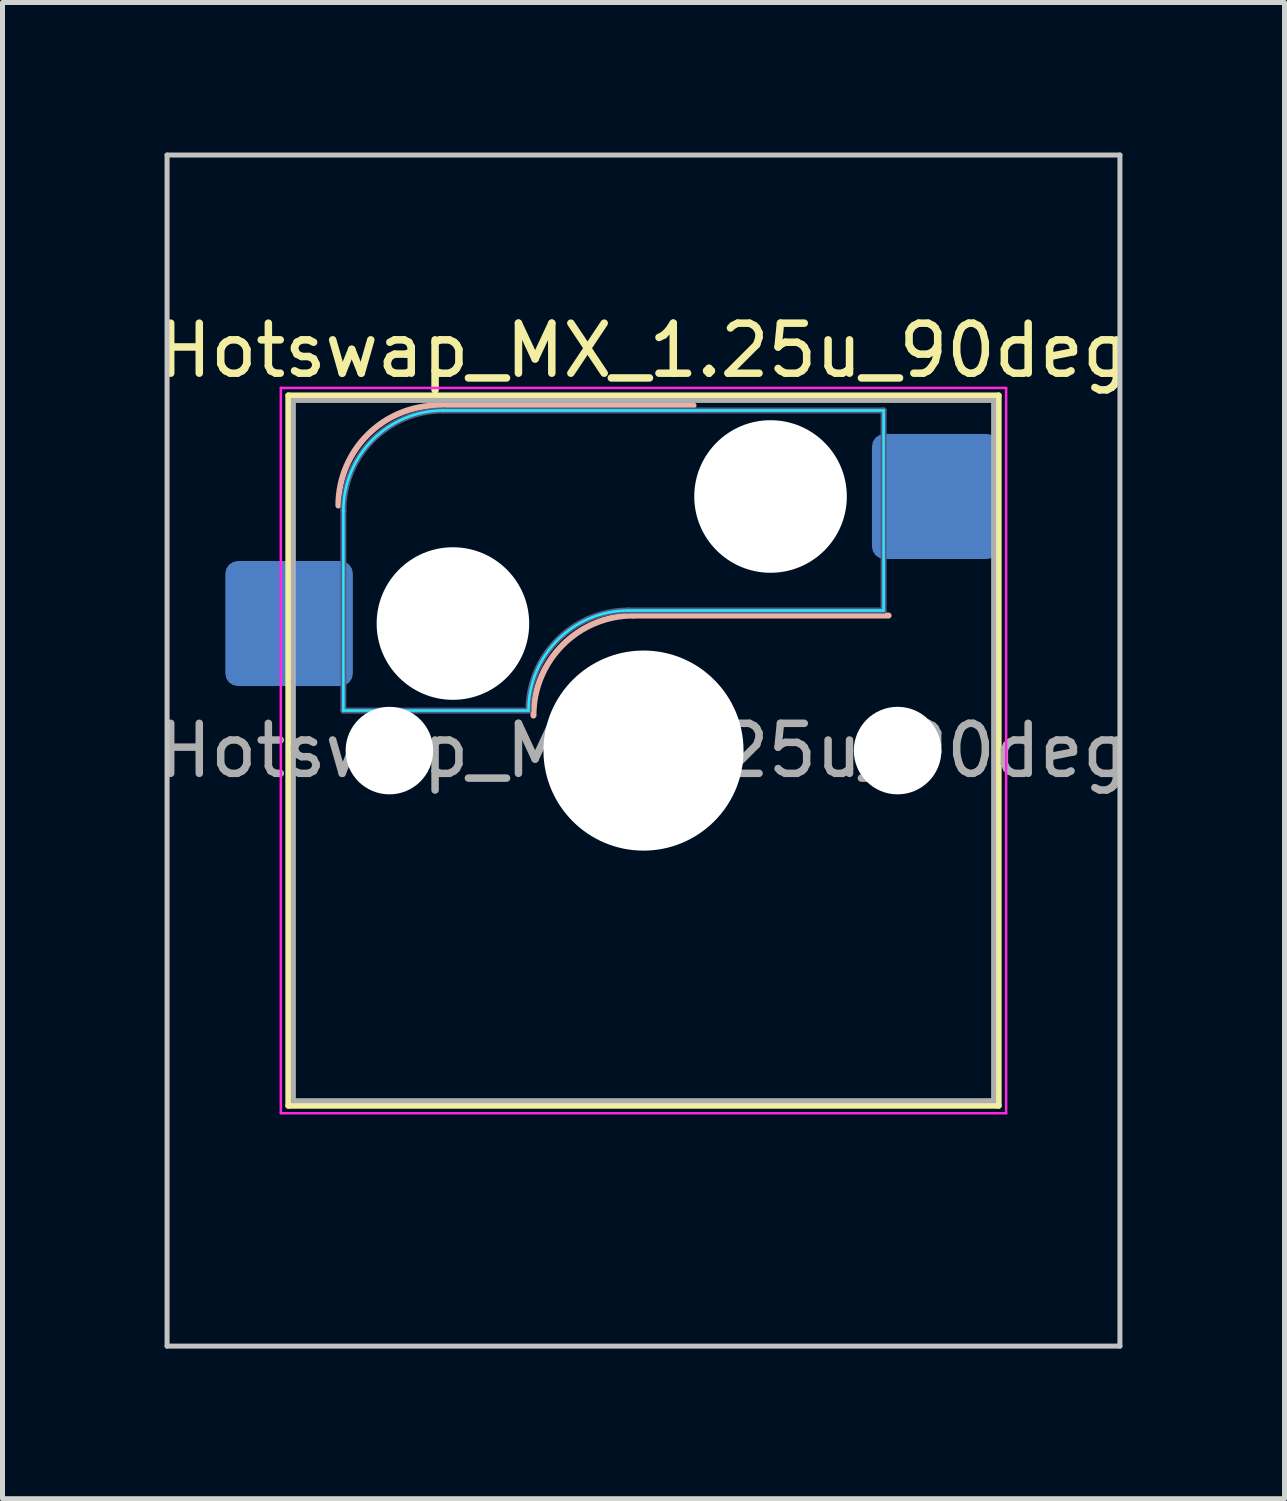
<source format=kicad_pcb>
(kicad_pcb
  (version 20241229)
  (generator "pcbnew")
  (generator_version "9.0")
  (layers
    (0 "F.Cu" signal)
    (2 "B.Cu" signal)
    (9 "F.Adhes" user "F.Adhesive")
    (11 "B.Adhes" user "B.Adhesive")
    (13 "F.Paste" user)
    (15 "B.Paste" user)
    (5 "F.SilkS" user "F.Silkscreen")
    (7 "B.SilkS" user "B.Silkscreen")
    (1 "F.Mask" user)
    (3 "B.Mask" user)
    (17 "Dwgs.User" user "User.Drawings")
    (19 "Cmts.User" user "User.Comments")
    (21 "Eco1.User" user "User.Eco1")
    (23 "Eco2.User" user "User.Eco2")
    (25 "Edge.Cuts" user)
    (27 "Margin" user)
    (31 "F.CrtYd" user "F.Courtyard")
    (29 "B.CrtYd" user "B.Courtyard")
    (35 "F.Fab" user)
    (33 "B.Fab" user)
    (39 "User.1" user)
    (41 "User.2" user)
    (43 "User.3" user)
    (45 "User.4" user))
  (footprint "Hotswap_MX_1.25u_90deg"
    (layer "F.Cu")
    (at 9.815 11.956)
    (property "Reference" "Hotswap_MX_1.25u_90deg" (at 0 -8 0) (layer "F.SilkS") (effects (font (size 1 1) (thickness 0.15))))
    (attr smd)
    (fp_line (start -7.1 -7.1) (end -7.1 7.1) (stroke (width 0.12) (type solid)) (layer "F.SilkS"))
    (fp_line (start -7.1 7.1) (end 7.1 7.1) (stroke (width 0.12) (type solid)) (layer "F.SilkS"))
    (fp_line (start 7.1 -7.1) (end -7.1 -7.1) (stroke (width 0.12) (type solid)) (layer "F.SilkS"))
    (fp_line (start 7.1 7.1) (end 7.1 -7.1) (stroke (width 0.12) (type solid)) (layer "F.SilkS"))
    (fp_line (start -4.1 -6.9) (end 1 -6.9) (stroke (width 0.12) (type solid)) (layer "B.SilkS"))
    (fp_line (start -0.2 -2.7) (end 4.9 -2.7) (stroke (width 0.12) (type solid)) (layer "B.SilkS"))
    (fp_arc (start -6.1 -4.9) (mid -5.514214 -6.314214) (end -4.1 -6.9) (stroke (width 0.12) (type solid)) (layer "B.SilkS"))
    (fp_arc (start -2.2 -0.7) (mid -1.614214 -2.114214) (end -0.2 -2.7) (stroke (width 0.12) (type solid)) (layer "B.SilkS"))
    (fp_line (start -9.525 -11.906) (end 9.525 -11.906) (stroke (width 0.1) (type solid)) (layer "Dwgs.User"))
    (fp_line (start -9.525 11.906) (end -9.525 -11.906) (stroke (width 0.1) (type solid)) (layer "Dwgs.User"))
    (fp_line (start 9.525 -11.906) (end 9.525 11.906) (stroke (width 0.1) (type solid)) (layer "Dwgs.User"))
    (fp_line (start 9.525 11.906) (end -9.525 11.906) (stroke (width 0.1) (type solid)) (layer "Dwgs.User"))
    (fp_line (start -7.8 -6) (end -7 -6) (stroke (width 0.1) (type solid)) (layer "Eco1.User"))
    (fp_line (start -7.8 -2.9) (end -7.8 -6) (stroke (width 0.1) (type solid)) (layer "Eco1.User"))
    (fp_line (start -7.8 2.9) (end -7 2.9) (stroke (width 0.1) (type solid)) (layer "Eco1.User"))
    (fp_line (start -7.8 6) (end -7.8 2.9) (stroke (width 0.1) (type solid)) (layer "Eco1.User"))
    (fp_line (start -7 -7) (end 7 -7) (stroke (width 0.1) (type solid)) (layer "Eco1.User"))
    (fp_line (start -7 -6) (end -7 -7) (stroke (width 0.1) (type solid)) (layer "Eco1.User"))
    (fp_line (start -7 -2.9) (end -7.8 -2.9) (stroke (width 0.1) (type solid)) (layer "Eco1.User"))
    (fp_line (start -7 2.9) (end -7 -2.9) (stroke (width 0.1) (type solid)) (layer "Eco1.User"))
    (fp_line (start -7 6) (end -7.8 6) (stroke (width 0.1) (type solid)) (layer "Eco1.User"))
    (fp_line (start -7 7) (end -7 6) (stroke (width 0.1) (type solid)) (layer "Eco1.User"))
    (fp_line (start 7 -7) (end 7 -6) (stroke (width 0.1) (type solid)) (layer "Eco1.User"))
    (fp_line (start 7 -6) (end 7.8 -6) (stroke (width 0.1) (type solid)) (layer "Eco1.User"))
    (fp_line (start 7 -2.9) (end 7 2.9) (stroke (width 0.1) (type solid)) (layer "Eco1.User"))
    (fp_line (start 7 2.9) (end 7.8 2.9) (stroke (width 0.1) (type solid)) (layer "Eco1.User"))
    (fp_line (start 7 6) (end 7 7) (stroke (width 0.1) (type solid)) (layer "Eco1.User"))
    (fp_line (start 7 7) (end -7 7) (stroke (width 0.1) (type solid)) (layer "Eco1.User"))
    (fp_line (start 7.8 -6) (end 7.8 -2.9) (stroke (width 0.1) (type solid)) (layer "Eco1.User"))
    (fp_line (start 7.8 -2.9) (end 7 -2.9) (stroke (width 0.1) (type solid)) (layer "Eco1.User"))
    (fp_line (start 7.8 2.9) (end 7.8 6) (stroke (width 0.1) (type solid)) (layer "Eco1.User"))
    (fp_line (start 7.8 6) (end 7 6) (stroke (width 0.1) (type solid)) (layer "Eco1.User"))
    (fp_line (start -6 -0.8) (end -6 -4.8) (stroke (width 0.05) (type solid)) (layer "B.CrtYd"))
    (fp_line (start -6 -0.8) (end -2.3 -0.8) (stroke (width 0.05) (type solid)) (layer "B.CrtYd"))
    (fp_line (start -4 -6.8) (end 4.8 -6.8) (stroke (width 0.05) (type solid)) (layer "B.CrtYd"))
    (fp_line (start -0.3 -2.8) (end 4.8 -2.8) (stroke (width 0.05) (type solid)) (layer "B.CrtYd"))
    (fp_line (start 4.8 -6.8) (end 4.8 -2.8) (stroke (width 0.05) (type solid)) (layer "B.CrtYd"))
    (fp_arc (start -6 -4.8) (mid -5.414214 -6.214214) (end -4 -6.8) (stroke (width 0.05) (type solid)) (layer "B.CrtYd"))
    (fp_arc (start -2.3 -0.8) (mid -1.714214 -2.214214) (end -0.3 -2.8) (stroke (width 0.05) (type solid)) (layer "B.CrtYd"))
    (fp_line (start -7.25 -7.25) (end -7.25 7.25) (stroke (width 0.05) (type solid)) (layer "F.CrtYd"))
    (fp_line (start -7.25 7.25) (end 7.25 7.25) (stroke (width 0.05) (type solid)) (layer "F.CrtYd"))
    (fp_line (start 7.25 -7.25) (end -7.25 -7.25) (stroke (width 0.05) (type solid)) (layer "F.CrtYd"))
    (fp_line (start 7.25 7.25) (end 7.25 -7.25) (stroke (width 0.05) (type solid)) (layer "F.CrtYd"))
    (fp_line (start -6 -0.8) (end -6 -4.8) (stroke (width 0.12) (type solid)) (layer "B.Fab"))
    (fp_line (start -6 -0.8) (end -2.3 -0.8) (stroke (width 0.12) (type solid)) (layer "B.Fab"))
    (fp_line (start -4 -6.8) (end 4.8 -6.8) (stroke (width 0.12) (type solid)) (layer "B.Fab"))
    (fp_line (start -0.3 -2.8) (end 4.8 -2.8) (stroke (width 0.12) (type solid)) (layer "B.Fab"))
    (fp_line (start 4.8 -6.8) (end 4.8 -2.8) (stroke (width 0.12) (type solid)) (layer "B.Fab"))
    (fp_arc (start -6 -4.8) (mid -5.414214 -6.214214) (end -4 -6.8) (stroke (width 0.12) (type solid)) (layer "B.Fab"))
    (fp_arc (start -2.3 -0.8) (mid -1.714214 -2.214214) (end -0.3 -2.8) (stroke (width 0.12) (type solid)) (layer "B.Fab"))
    (fp_line (start -7 -7) (end -7 7) (stroke (width 0.1) (type solid)) (layer "F.Fab"))
    (fp_line (start -7 7) (end 7 7) (stroke (width 0.1) (type solid)) (layer "F.Fab"))
    (fp_line (start 7 -7) (end -7 -7) (stroke (width 0.1) (type solid)) (layer "F.Fab"))
    (fp_line (start 7 7) (end 7 -7) (stroke (width 0.1) (type solid)) (layer "F.Fab"))
    (fp_text user "${REFERENCE}" (at 0 0 0) (layer "F.Fab") (effects (font (size 1 1) (thickness 0.15))))
    (pad "" np_thru_hole circle (at -5.08 0) (size 1.75 1.75) (drill 1.75) (layers "*.Cu" "*.Mask"))
    (pad "" np_thru_hole circle (at -3.81 -2.54) (size 3.05 3.05) (drill 3.05) (layers "*.Cu" "*.Mask"))
    (pad "" np_thru_hole circle (at 0 0) (size 4 4) (drill 4) (layers "*.Cu" "*.Mask"))
    (pad "" np_thru_hole circle (at 2.54 -5.08) (size 3.05 3.05) (drill 3.05) (layers "*.Cu" "*.Mask"))
    (pad "" np_thru_hole circle (at 5.08 0) (size 1.75 1.75) (drill 1.75) (layers "*.Cu" "*.Mask"))
    (pad "1" smd roundrect (at -7.085 -2.54) (size 2.55 2.5) (layers "B.Cu" "B.Mask" "B.Paste") (roundrect_rratio 0.1))
    (pad "2" smd roundrect (at 5.842 -5.08) (size 2.55 2.5) (layers "B.Cu" "B.Mask" "B.Paste") (roundrect_rratio 0.1)))
  (gr_rect
    (start -3 -3)
    (end 22.631 26.913)
    (stroke (width 0.1) (type default))
    (fill no)
    (layer "Edge.Cuts")))
</source>
